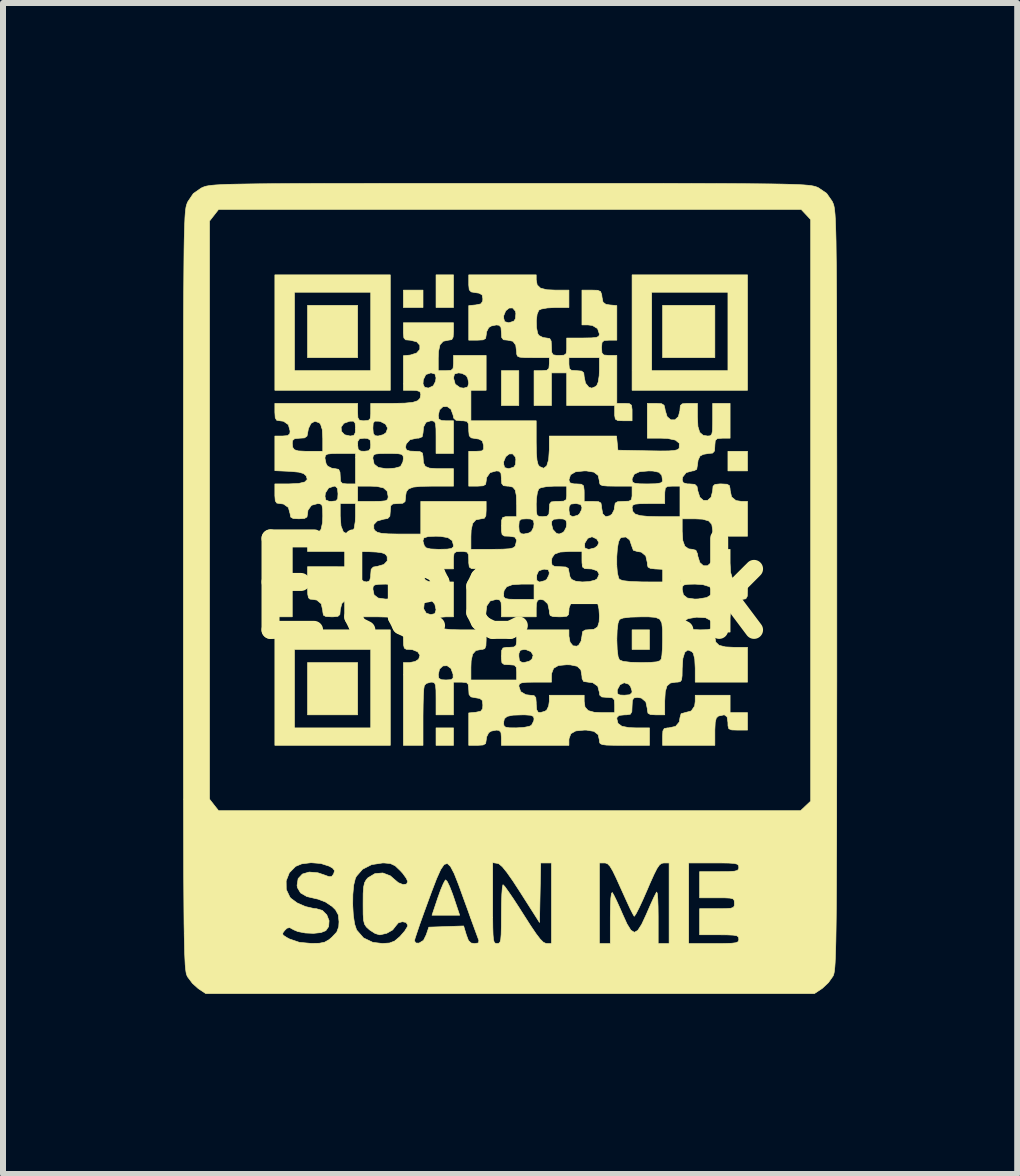
<source format=kicad_pcb>
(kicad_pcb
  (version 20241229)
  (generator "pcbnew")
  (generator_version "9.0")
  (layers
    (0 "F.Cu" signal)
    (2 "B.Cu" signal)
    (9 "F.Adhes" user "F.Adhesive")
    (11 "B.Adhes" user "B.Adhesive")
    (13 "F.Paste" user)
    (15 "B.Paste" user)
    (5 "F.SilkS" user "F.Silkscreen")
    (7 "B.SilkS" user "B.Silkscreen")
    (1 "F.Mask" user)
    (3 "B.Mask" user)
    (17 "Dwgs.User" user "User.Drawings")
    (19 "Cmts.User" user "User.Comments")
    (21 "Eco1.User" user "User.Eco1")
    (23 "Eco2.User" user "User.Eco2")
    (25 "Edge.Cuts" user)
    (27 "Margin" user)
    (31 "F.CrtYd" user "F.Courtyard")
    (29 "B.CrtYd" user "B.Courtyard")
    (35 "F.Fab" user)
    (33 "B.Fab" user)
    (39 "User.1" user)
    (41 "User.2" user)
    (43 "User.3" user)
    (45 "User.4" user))
  (footprint "Elec-lk"
    (layer "F.Cu")
    (at 5.448 6.754)
    (property "Reference" "Elec-lk" (at 0 0 0) (layer "F.SilkS") (effects (font (size 1.524 1.524) (thickness 0.3))))
    (attr through_hole)
    (fp_poly (pts (xy -3.629 0.472) (xy -3.919 0.472) (xy -3.919 -0.907) (xy -3.629 -0.907) (xy -3.629 0.472)) (stroke (width 0.01) (type solid)) (fill yes) (layer "F.SilkS"))
    (fp_poly (pts (xy -2.54 -3.846) (xy -3.375 -3.846) (xy -3.375 -4.717) (xy -2.54 -4.717) (xy -2.54 -3.846)) (stroke (width 0.01) (type solid)) (fill yes) (layer "F.SilkS"))
    (fp_poly (pts (xy -2.54 2.105) (xy -3.375 2.105) (xy -3.375 1.234) (xy -2.54 1.234) (xy -2.54 2.105)) (stroke (width 0.01) (type solid)) (fill yes) (layer "F.SilkS"))
    (fp_poly (pts (xy -1.451 -4.681) (xy -1.778 -4.681) (xy -1.778 -4.971) (xy -1.451 -4.971) (xy -1.451 -4.681)) (stroke (width 0.01) (type solid)) (fill yes) (layer "F.SilkS"))
    (fp_poly (pts (xy -0.943 -4.681) (xy -1.234 -4.681) (xy -1.234 -5.225) (xy -0.943 -5.225) (xy -0.943 -4.681)) (stroke (width 0.01) (type solid)) (fill yes) (layer "F.SilkS"))
    (fp_poly (pts (xy -0.943 2.613) (xy -1.234 2.613) (xy -1.234 2.322) (xy -0.943 2.322) (xy -0.943 2.613)) (stroke (width 0.01) (type solid)) (fill yes) (layer "F.SilkS"))
    (fp_poly (pts (xy 0.145 -3.048) (xy -0.145 -3.048) (xy -0.145 -3.629) (xy 0.145 -3.629) (xy 0.145 -3.048)) (stroke (width 0.01) (type solid)) (fill yes) (layer "F.SilkS"))
    (fp_poly (pts (xy 2.322 1.016) (xy 2.032 1.016) (xy 2.032 0.689) (xy 2.322 0.689) (xy 2.322 1.016)) (stroke (width 0.01) (type solid)) (fill yes) (layer "F.SilkS"))
    (fp_poly (pts (xy 3.411 -3.846) (xy 2.54 -3.846) (xy 2.54 -4.717) (xy 3.411 -4.717) (xy 3.411 -3.846)) (stroke (width 0.01) (type solid)) (fill yes) (layer "F.SilkS"))
    (fp_poly (pts (xy 3.955 -1.959) (xy 3.629 -1.959) (xy 3.629 -2.286) (xy 3.955 -2.286) (xy 3.955 -1.959)) (stroke (width 0.01) (type solid)) (fill yes) (layer "F.SilkS"))
    (fp_poly (pts (xy -1.996 -3.302) (xy -3.919 -3.302) (xy -3.919 -4.935) (xy -3.592 -4.935) (xy -3.592 -3.629) (xy -2.322 -3.629) (xy -2.322 -4.935) (xy -3.592 -4.935) (xy -3.919 -4.935) (xy -3.919 -5.225) (xy -1.996 -5.225) (xy -1.996 -3.302)) (stroke (width 0.01) (type solid)) (fill yes) (layer "F.SilkS"))
    (fp_poly (pts (xy -1.996 2.613) (xy -3.919 2.613) (xy -3.919 1.016) (xy -3.592 1.016) (xy -3.592 2.322) (xy -2.322 2.322) (xy -2.322 1.016) (xy -3.592 1.016) (xy -3.919 1.016) (xy -3.919 0.689) (xy -1.996 0.689) (xy -1.996 2.613)) (stroke (width 0.01) (type solid)) (fill yes) (layer "F.SilkS"))
    (fp_poly (pts (xy -1.048 4.881) (xy -1.008 4.963) (xy -0.961 5.084) (xy -0.94 5.144) (xy -0.84 5.443) (xy -1.301 5.443) (xy -1.204 5.153) (xy -1.156 5.02) (xy -1.112 4.916) (xy -1.081 4.86) (xy -1.074 4.854) (xy -1.048 4.881)) (stroke (width 0.01) (type solid)) (fill yes) (layer "F.SilkS"))
    (fp_poly (pts (xy 3.955 -3.302) (xy 2.032 -3.302) (xy 2.032 -4.935) (xy 2.359 -4.935) (xy 2.359 -3.629) (xy 3.629 -3.629) (xy 3.629 -4.935) (xy 2.359 -4.935) (xy 2.032 -4.935) (xy 2.032 -5.225) (xy 3.955 -5.225) (xy 3.955 -3.302)) (stroke (width 0.01) (type solid)) (fill yes) (layer "F.SilkS"))
    (fp_poly (pts (xy 3.665 2.068) (xy 3.955 2.068) (xy 3.955 2.359) (xy 3.792 2.359) (xy 3.692 2.356) (xy 3.644 2.337) (xy 3.63 2.288) (xy 3.629 2.232) (xy 3.615 2.138) (xy 3.568 2.104) (xy 3.475 2.124) (xy 3.468 2.127) (xy 3.435 2.158) (xy 3.417 2.23) (xy 3.411 2.356) (xy 3.411 2.381) (xy 3.411 2.613) (xy 2.54 2.613) (xy 2.54 2.467) (xy 2.545 2.374) (xy 2.568 2.333) (xy 2.624 2.322) (xy 2.642 2.322) (xy 2.757 2.297) (xy 2.819 2.223) (xy 2.83 2.152) (xy 2.849 2.086) (xy 2.914 2.068) (xy 3.018 2.04) (xy 3.074 1.958) (xy 3.084 1.88) (xy 3.084 1.778) (xy 3.665 1.778) (xy 3.665 2.068)) (stroke (width 0.01) (type solid)) (fill yes) (layer "F.SilkS"))
    (fp_poly (pts (xy 0.435 -5.142) (xy 0.451 -5.057) (xy 0.506 -5.004) (xy 0.612 -4.977) (xy 0.751 -4.971) (xy 0.98 -4.971) (xy 0.98 -4.681) (xy 0.751 -4.681) (xy 0.62 -4.674) (xy 0.52 -4.656) (xy 0.479 -4.637) (xy 0.45 -4.57) (xy 0.437 -4.463) (xy 0.44 -4.347) (xy 0.459 -4.251) (xy 0.479 -4.216) (xy 0.548 -4.181) (xy 0.606 -4.173) (xy 0.66 -4.164) (xy 0.684 -4.122) (xy 0.689 -4.029) (xy 0.689 -4.028) (xy 0.693 -3.935) (xy 0.717 -3.893) (xy 0.779 -3.883) (xy 0.816 -3.883) (xy 0.898 -3.887) (xy 0.934 -3.914) (xy 0.943 -3.985) (xy 0.943 -4.028) (xy 0.943 -4.173) (xy 1.216 -4.173) (xy 1.356 -4.175) (xy 1.438 -4.183) (xy 1.477 -4.202) (xy 1.488 -4.234) (xy 1.488 -4.238) (xy 1.457 -4.33) (xy 1.371 -4.382) (xy 1.299 -4.391) (xy 1.197 -4.391) (xy 1.197 -4.971) (xy 1.358 -4.971) (xy 1.458 -4.968) (xy 1.507 -4.947) (xy 1.526 -4.896) (xy 1.531 -4.853) (xy 1.548 -4.77) (xy 1.596 -4.734) (xy 1.66 -4.724) (xy 1.778 -4.713) (xy 1.778 -4.137) (xy 1.651 -4.137) (xy 1.566 -4.131) (xy 1.531 -4.099) (xy 1.524 -4.019) (xy 1.524 -4.01) (xy 1.53 -3.924) (xy 1.561 -3.89) (xy 1.641 -3.883) (xy 1.651 -3.883) (xy 1.778 -3.883) (xy 1.778 -3.084) (xy 1.905 -3.084) (xy 1.986 -3.08) (xy 2.022 -3.053) (xy 2.032 -2.982) (xy 2.032 -2.939) (xy 2.032 -2.794) (xy 1.887 -2.794) (xy 1.794 -2.798) (xy 1.753 -2.822) (xy 1.742 -2.884) (xy 1.742 -2.921) (xy 1.742 -3.048) (xy 0.943 -3.048) (xy 0.943 -3.592) (xy 0.689 -3.592) (xy 0.689 -3.048) (xy 0.399 -3.048) (xy 0.399 -3.629) (xy 0.526 -3.629) (xy 0.611 -3.635) (xy 0.646 -3.665) (xy 0.653 -3.737) (xy 0.653 -3.846) (xy 0.98 -3.846) (xy 0.98 -3.737) (xy 0.987 -3.664) (xy 1.023 -3.634) (xy 1.107 -3.629) (xy 1.192 -3.622) (xy 1.227 -3.592) (xy 1.234 -3.527) (xy 1.256 -3.421) (xy 1.312 -3.353) (xy 1.361 -3.338) (xy 1.419 -3.362) (xy 1.444 -3.382) (xy 1.468 -3.44) (xy 1.484 -3.545) (xy 1.488 -3.636) (xy 1.488 -3.846) (xy 0.98 -3.846) (xy 0.653 -3.846) (xy 0.381 -3.846) (xy 0.243 -3.847) (xy 0.161 -3.854) (xy 0.122 -3.872) (xy 0.11 -3.905) (xy 0.109 -3.934) (xy 0.094 -4.055) (xy 0.046 -4.119) (xy -0.04 -4.137) (xy -0.111 -4.144) (xy -0.14 -4.181) (xy -0.145 -4.264) (xy -0.152 -4.35) (xy -0.183 -4.385) (xy -0.229 -4.391) (xy -0.314 -4.373) (xy -0.356 -4.347) (xy -0.391 -4.278) (xy -0.399 -4.22) (xy -0.408 -4.166) (xy -0.45 -4.142) (xy -0.543 -4.137) (xy -0.544 -4.137) (xy -0.689 -4.137) (xy -0.689 -4.51) (xy -0.109 -4.51) (xy -0.091 -4.446) (xy -0.026 -4.427) (xy -0.021 -4.427) (xy 0.061 -4.453) (xy 0.089 -4.494) (xy 0.096 -4.582) (xy 0.088 -4.621) (xy 0.042 -4.674) (xy -0.017 -4.672) (xy -0.073 -4.626) (xy -0.106 -4.546) (xy -0.109 -4.51) (xy -0.689 -4.51) (xy -0.689 -4.713) (xy -0.572 -4.724) (xy -0.489 -4.741) (xy -0.457 -4.784) (xy -0.454 -4.826) (xy -0.466 -4.891) (xy -0.517 -4.92) (xy -0.572 -4.928) (xy -0.648 -4.941) (xy -0.681 -4.976) (xy -0.689 -5.056) (xy -0.689 -5.082) (xy -0.689 -5.225) (xy 0.435 -5.225) (xy 0.435 -5.142)) (stroke (width 0.01) (type solid)) (fill yes) (layer "F.SilkS"))
    (fp_poly (pts (xy 0.701 -6.749) (xy 1.333 -6.749) (xy 1.9 -6.749) (xy 2.405 -6.749) (xy 2.853 -6.748) (xy 3.247 -6.747) (xy 3.59 -6.746) (xy 3.886 -6.744) (xy 4.139 -6.742) (xy 4.353 -6.74) (xy 4.531 -6.737) (xy 4.677 -6.733) (xy 4.794 -6.729) (xy 4.887 -6.724) (xy 4.96 -6.718) (xy 5.014 -6.712) (xy 5.056 -6.704) (xy 5.087 -6.696) (xy 5.112 -6.687) (xy 5.135 -6.677) (xy 5.139 -6.674) (xy 5.273 -6.583) (xy 5.365 -6.451) (xy 5.368 -6.445) (xy 5.377 -6.425) (xy 5.386 -6.404) (xy 5.394 -6.377) (xy 5.401 -6.342) (xy 5.407 -6.296) (xy 5.413 -6.236) (xy 5.418 -6.157) (xy 5.422 -6.057) (xy 5.426 -5.933) (xy 5.43 -5.781) (xy 5.432 -5.599) (xy 5.435 -5.382) (xy 5.437 -5.127) (xy 5.439 -4.832) (xy 5.44 -4.493) (xy 5.441 -4.107) (xy 5.442 -3.671) (xy 5.442 -3.18) (xy 5.442 -2.633) (xy 5.443 -2.025) (xy 5.443 -1.355) (xy 5.443 -0.617) (xy 5.443 0.021) (xy 5.443 0.816) (xy 5.443 1.542) (xy 5.442 2.202) (xy 5.442 2.799) (xy 5.441 3.336) (xy 5.441 3.817) (xy 5.44 4.245) (xy 5.438 4.622) (xy 5.437 4.953) (xy 5.435 5.241) (xy 5.433 5.488) (xy 5.43 5.698) (xy 5.427 5.874) (xy 5.423 6.019) (xy 5.419 6.137) (xy 5.415 6.231) (xy 5.41 6.304) (xy 5.404 6.359) (xy 5.398 6.4) (xy 5.391 6.429) (xy 5.383 6.451) (xy 5.379 6.458) (xy 5.304 6.565) (xy 5.205 6.658) (xy 5.193 6.667) (xy 5.069 6.749) (xy -5.069 6.749) (xy -5.193 6.667) (xy -5.292 6.578) (xy -5.372 6.471) (xy -5.379 6.458) (xy -5.387 6.439) (xy -5.395 6.414) (xy -5.401 6.378) (xy -5.407 6.33) (xy -5.413 6.265) (xy -5.417 6.18) (xy -5.422 6.073) (xy -5.425 5.94) (xy -5.429 5.777) (xy -5.429 5.741) (xy -3.789 5.741) (xy -3.782 5.774) (xy -3.723 5.813) (xy -3.677 5.838) (xy -3.51 5.895) (xy -3.312 5.913) (xy -3.178 5.91) (xy -3.089 5.892) (xy -3.017 5.851) (xy -2.968 5.809) (xy -2.888 5.724) (xy -2.855 5.635) (xy -2.85 5.552) (xy -2.862 5.437) (xy -2.908 5.353) (xy -2.966 5.296) (xy -3 5.273) (xy -2.622 5.273) (xy -2.612 5.445) (xy -2.59 5.591) (xy -2.557 5.689) (xy -2.557 5.689) (xy -2.442 5.821) (xy -2.287 5.895) (xy -2.128 5.914) (xy -2.009 5.906) (xy -1.923 5.873) (xy -1.922 5.872) (xy -1.594 5.872) (xy -1.567 5.906) (xy -1.518 5.908) (xy -1.443 5.862) (xy -1.397 5.769) (xy -1.354 5.642) (xy -1.064 5.632) (xy -0.774 5.622) (xy -0.73 5.768) (xy -0.694 5.864) (xy -0.65 5.906) (xy -0.593 5.915) (xy -0.528 5.905) (xy -0.52 5.867) (xy -0.525 5.851) (xy -0.545 5.797) (xy -0.585 5.688) (xy -0.641 5.535) (xy -0.707 5.35) (xy -0.747 5.241) (xy -0.29 5.241) (xy -0.29 5.477) (xy -0.288 5.651) (xy -0.284 5.771) (xy -0.277 5.848) (xy -0.265 5.891) (xy -0.247 5.91) (xy -0.223 5.915) (xy -0.218 5.915) (xy -0.189 5.911) (xy -0.168 5.891) (xy -0.156 5.846) (xy -0.149 5.762) (xy -0.146 5.628) (xy -0.145 5.434) (xy -0.145 5.425) (xy -0.143 5.246) (xy -0.138 5.096) (xy -0.13 4.989) (xy -0.12 4.937) (xy -0.117 4.935) (xy -0.089 4.964) (xy -0.031 5.045) (xy 0.052 5.166) (xy 0.151 5.318) (xy 0.219 5.425) (xy 0.341 5.616) (xy 0.434 5.753) (xy 0.503 5.843) (xy 0.555 5.894) (xy 0.597 5.913) (xy 0.608 5.914) (xy 0.689 5.915) (xy 0.689 4.572) (xy 1.488 4.572) (xy 1.488 5.915) (xy 1.669 5.915) (xy 1.669 5.472) (xy 1.672 5.293) (xy 1.678 5.159) (xy 1.689 5.08) (xy 1.702 5.064) (xy 1.729 5.11) (xy 1.777 5.208) (xy 1.836 5.338) (xy 1.87 5.417) (xy 1.948 5.589) (xy 2.012 5.692) (xy 2.07 5.728) (xy 2.127 5.696) (xy 2.192 5.595) (xy 2.271 5.425) (xy 2.282 5.399) (xy 2.343 5.259) (xy 2.395 5.145) (xy 2.432 5.073) (xy 2.442 5.057) (xy 2.452 5.081) (xy 2.46 5.164) (xy 2.465 5.295) (xy 2.467 5.459) (xy 2.467 5.473) (xy 2.467 5.915) (xy 2.649 5.915) (xy 2.649 4.572) (xy 2.975 4.572) (xy 2.975 5.915) (xy 3.393 5.915) (xy 3.572 5.914) (xy 3.691 5.91) (xy 3.762 5.901) (xy 3.797 5.885) (xy 3.809 5.86) (xy 3.81 5.842) (xy 3.805 5.808) (xy 3.779 5.786) (xy 3.719 5.775) (xy 3.612 5.77) (xy 3.483 5.769) (xy 3.157 5.769) (xy 3.157 5.334) (xy 3.447 5.334) (xy 3.591 5.333) (xy 3.677 5.327) (xy 3.721 5.311) (xy 3.736 5.282) (xy 3.737 5.243) (xy 3.734 5.198) (xy 3.715 5.171) (xy 3.665 5.158) (xy 3.569 5.153) (xy 3.447 5.153) (xy 3.157 5.153) (xy 3.157 4.717) (xy 3.483 4.717) (xy 3.639 4.716) (xy 3.735 4.71) (xy 3.786 4.697) (xy 3.807 4.673) (xy 3.81 4.645) (xy 3.806 4.613) (xy 3.784 4.593) (xy 3.733 4.58) (xy 3.641 4.574) (xy 3.495 4.572) (xy 3.393 4.572) (xy 2.975 4.572) (xy 2.649 4.572) (xy 2.562 4.572) (xy 2.524 4.579) (xy 2.488 4.606) (xy 2.447 4.665) (xy 2.397 4.764) (xy 2.329 4.915) (xy 2.283 5.023) (xy 2.211 5.187) (xy 2.148 5.322) (xy 2.099 5.417) (xy 2.071 5.459) (xy 2.067 5.46) (xy 2.045 5.423) (xy 1.999 5.333) (xy 1.938 5.201) (xy 1.866 5.042) (xy 1.851 5.009) (xy 1.77 4.829) (xy 1.71 4.705) (xy 1.664 4.628) (xy 1.626 4.588) (xy 1.588 4.573) (xy 1.573 4.572) (xy 1.488 4.572) (xy 0.689 4.572) (xy 0.51 4.572) (xy 0.5 5.068) (xy 0.49 5.564) (xy 0.18 5.077) (xy 0.049 4.875) (xy -0.053 4.73) (xy -0.129 4.636) (xy -0.185 4.588) (xy -0.21 4.579) (xy -0.29 4.567) (xy -0.29 5.241) (xy -0.747 5.241) (xy -0.77 5.178) (xy -0.86 4.929) (xy -0.932 4.747) (xy -0.993 4.631) (xy -1.046 4.581) (xy -1.099 4.598) (xy -1.156 4.682) (xy -1.224 4.833) (xy -1.308 5.052) (xy -1.365 5.207) (xy -1.438 5.407) (xy -1.502 5.586) (xy -1.551 5.731) (xy -1.584 5.831) (xy -1.594 5.872) (xy -1.922 5.872) (xy -1.835 5.798) (xy -1.829 5.791) (xy -1.756 5.707) (xy -1.711 5.634) (xy -1.705 5.61) (xy -1.732 5.564) (xy -1.794 5.551) (xy -1.861 5.569) (xy -1.903 5.619) (xy -1.903 5.619) (xy -1.957 5.688) (xy -2.054 5.743) (xy -2.164 5.769) (xy -2.177 5.769) (xy -2.249 5.747) (xy -2.336 5.691) (xy -2.347 5.682) (xy -2.395 5.638) (xy -2.425 5.592) (xy -2.441 5.528) (xy -2.448 5.428) (xy -2.449 5.275) (xy -2.449 5.247) (xy -2.448 5.082) (xy -2.44 4.972) (xy -2.424 4.901) (xy -2.396 4.851) (xy -2.368 4.82) (xy -2.252 4.75) (xy -2.12 4.739) (xy -1.995 4.787) (xy -1.938 4.837) (xy -1.862 4.901) (xy -1.785 4.932) (xy -1.726 4.925) (xy -1.705 4.883) (xy -1.729 4.828) (xy -1.788 4.746) (xy -1.828 4.702) (xy -1.914 4.62) (xy -1.994 4.582) (xy -2.102 4.572) (xy -2.123 4.572) (xy -2.307 4.6) (xy -2.458 4.677) (xy -2.561 4.795) (xy -2.578 4.829) (xy -2.606 4.942) (xy -2.62 5.098) (xy -2.622 5.273) (xy -3 5.273) (xy -3.077 5.222) (xy -3.2 5.175) (xy -3.219 5.171) (xy -3.386 5.132) (xy -3.491 5.071) (xy -3.542 4.985) (xy -3.549 4.946) (xy -3.531 4.833) (xy -3.46 4.757) (xy -3.347 4.724) (xy -3.202 4.736) (xy -3.101 4.77) (xy -3.017 4.801) (xy -2.972 4.798) (xy -2.942 4.758) (xy -2.939 4.753) (xy -2.924 4.7) (xy -2.957 4.658) (xy -3.013 4.626) (xy -3.153 4.581) (xy -3.316 4.568) (xy -3.471 4.587) (xy -3.573 4.629) (xy -3.678 4.736) (xy -3.731 4.871) (xy -3.729 5.014) (xy -3.668 5.143) (xy -3.651 5.162) (xy -3.548 5.238) (xy -3.408 5.299) (xy -3.265 5.332) (xy -3.228 5.334) (xy -3.128 5.363) (xy -3.054 5.437) (xy -3.016 5.534) (xy -3.023 5.632) (xy -3.07 5.7) (xy -3.151 5.732) (xy -3.274 5.745) (xy -3.412 5.739) (xy -3.536 5.715) (xy -3.605 5.686) (xy -3.672 5.649) (xy -3.717 5.659) (xy -3.755 5.696) (xy -3.789 5.741) (xy -5.429 5.741) (xy -5.432 5.582) (xy -5.434 5.351) (xy -5.436 5.081) (xy -5.438 4.769) (xy -5.439 4.412) (xy -5.44 4.006) (xy -5.441 3.549) (xy -5.442 3.036) (xy -5.442 2.465) (xy -5.443 1.832) (xy -5.443 1.135) (xy -5.443 0.37) (xy -5.443 0.021) (xy -5.443 -0.773) (xy -5.443 -1.496) (xy -5.443 -2.154) (xy -5.442 -2.749) (xy -5.442 -3.285) (xy -5.441 -3.764) (xy -5.441 -4.19) (xy -5.44 -4.566) (xy -5.438 -4.896) (xy -5.436 -5.182) (xy -5.434 -5.429) (xy -5.432 -5.639) (xy -5.429 -5.815) (xy -5.425 -5.961) (xy -5.421 -6.08) (xy -5.419 -6.122) (xy -5.007 -6.122) (xy -5.007 3.51) (xy -4.932 3.606) (xy -4.857 3.701) (xy 4.839 3.701) (xy 4.923 3.622) (xy 5.007 3.543) (xy 5.007 -6.146) (xy 4.929 -6.23) (xy 4.85 -6.314) (xy -4.857 -6.314) (xy -5.007 -6.122) (xy -5.419 -6.122) (xy -5.417 -6.175) (xy -5.412 -6.249) (xy -5.406 -6.307) (xy -5.4 -6.35) (xy -5.392 -6.383) (xy -5.384 -6.408) (xy -5.376 -6.429) (xy -5.368 -6.445) (xy -5.277 -6.58) (xy -5.145 -6.672) (xy -5.139 -6.674) (xy -5.116 -6.685) (xy -5.092 -6.694) (xy -5.062 -6.703) (xy -5.023 -6.71) (xy -4.971 -6.717) (xy -4.903 -6.723) (xy -4.814 -6.728) (xy -4.702 -6.733) (xy -4.561 -6.736) (xy -4.39 -6.739) (xy -4.183 -6.742) (xy -3.938 -6.744) (xy -3.65 -6.746) (xy -3.317 -6.747) (xy -2.933 -6.748) (xy -2.497 -6.748) (xy -2.003 -6.749) (xy -1.448 -6.749) (xy -0.829 -6.749) (xy -0.141 -6.749) (xy 0 -6.749) (xy 0.701 -6.749)) (stroke (width 0.01) (type solid)) (fill yes) (layer "F.SilkS"))
    (fp_poly (pts (xy -0.943 -4.282) (xy -0.949 -4.188) (xy -0.972 -4.146) (xy -1.026 -4.137) (xy -1.027 -4.137) (xy -1.114 -4.119) (xy -1.168 -4.06) (xy -1.193 -3.948) (xy -1.197 -3.839) (xy -1.197 -3.629) (xy -1.07 -3.629) (xy -0.985 -3.634) (xy -0.95 -3.666) (xy -0.943 -3.746) (xy -0.943 -3.756) (xy -0.943 -3.883) (xy -0.399 -3.883) (xy -0.399 -3.302) (xy -0.653 -3.302) (xy -0.653 -2.794) (xy 0.435 -2.794) (xy 0.435 -2.436) (xy 0.438 -2.256) (xy 0.448 -2.137) (xy 0.466 -2.065) (xy 0.49 -2.032) (xy 0.559 -2.003) (xy 0.61 -2.042) (xy 0.642 -2.146) (xy 0.653 -2.309) (xy 0.653 -2.54) (xy 1.773 -2.54) (xy 1.796 -2.304) (xy 2.296 -2.294) (xy 2.5 -2.291) (xy 2.642 -2.292) (xy 2.734 -2.299) (xy 2.788 -2.312) (xy 2.813 -2.332) (xy 2.817 -2.34) (xy 2.819 -2.419) (xy 2.755 -2.472) (xy 2.623 -2.5) (xy 2.517 -2.504) (xy 2.286 -2.504) (xy 2.286 -3.084) (xy 2.429 -3.084) (xy 2.522 -3.079) (xy 2.565 -3.053) (xy 2.581 -2.989) (xy 2.583 -2.97) (xy 2.616 -2.863) (xy 2.677 -2.81) (xy 2.746 -2.81) (xy 2.803 -2.863) (xy 2.83 -2.967) (xy 2.83 -2.98) (xy 2.836 -3.047) (xy 2.869 -3.077) (xy 2.948 -3.084) (xy 2.975 -3.084) (xy 3.121 -3.084) (xy 3.121 -2.856) (xy 3.129 -2.698) (xy 3.159 -2.601) (xy 3.216 -2.552) (xy 3.291 -2.54) (xy 3.334 -2.544) (xy 3.359 -2.568) (xy 3.371 -2.625) (xy 3.374 -2.732) (xy 3.375 -2.812) (xy 3.375 -3.084) (xy 3.665 -3.084) (xy 3.665 -2.504) (xy 3.538 -2.504) (xy 3.453 -2.498) (xy 3.418 -2.466) (xy 3.411 -2.386) (xy 3.411 -2.377) (xy 3.405 -2.291) (xy 3.374 -2.256) (xy 3.309 -2.25) (xy 3.219 -2.235) (xy 3.164 -2.206) (xy 3.132 -2.139) (xy 3.121 -2.061) (xy 3.109 -1.986) (xy 3.061 -1.961) (xy 3.037 -1.959) (xy 2.934 -1.931) (xy 2.875 -1.857) (xy 2.867 -1.807) (xy 2.885 -1.761) (xy 2.95 -1.743) (xy 2.991 -1.742) (xy 3.077 -1.735) (xy 3.114 -1.699) (xy 3.127 -1.627) (xy 3.161 -1.52) (xy 3.221 -1.467) (xy 3.29 -1.468) (xy 3.348 -1.52) (xy 3.374 -1.624) (xy 3.375 -1.637) (xy 3.381 -1.704) (xy 3.413 -1.734) (xy 3.492 -1.742) (xy 3.52 -1.742) (xy 3.613 -1.737) (xy 3.654 -1.714) (xy 3.665 -1.658) (xy 3.665 -1.64) (xy 3.689 -1.526) (xy 3.763 -1.465) (xy 3.854 -1.451) (xy 3.955 -1.451) (xy 3.955 -0.871) (xy 3.375 -0.871) (xy 3.375 -0.972) (xy 3.36 -1.068) (xy 3.308 -1.126) (xy 3.206 -1.155) (xy 3.077 -1.161) (xy 2.867 -1.161) (xy 2.867 -0.951) (xy 2.877 -0.798) (xy 2.911 -0.704) (xy 2.975 -0.66) (xy 3.035 -0.653) (xy 3.095 -0.637) (xy 3.122 -0.577) (xy 3.127 -0.539) (xy 3.161 -0.432) (xy 3.221 -0.379) (xy 3.29 -0.379) (xy 3.348 -0.432) (xy 3.374 -0.536) (xy 3.375 -0.549) (xy 3.381 -0.616) (xy 3.413 -0.646) (xy 3.492 -0.653) (xy 3.52 -0.653) (xy 3.665 -0.653) (xy 3.665 -0.425) (xy 3.673 -0.269) (xy 3.702 -0.172) (xy 3.759 -0.123) (xy 3.851 -0.109) (xy 3.854 -0.109) (xy 3.919 -0.102) (xy 3.948 -0.069) (xy 3.955 0.011) (xy 3.955 0.036) (xy 3.951 0.129) (xy 3.927 0.171) (xy 3.871 0.181) (xy 3.854 0.181) (xy 3.76 0.195) (xy 3.703 0.243) (xy 3.673 0.339) (xy 3.665 0.493) (xy 3.665 0.497) (xy 3.665 0.726) (xy 3.538 0.726) (xy 3.452 0.733) (xy 3.416 0.764) (xy 3.411 0.809) (xy 3.427 0.894) (xy 3.482 0.947) (xy 3.587 0.973) (xy 3.727 0.98) (xy 3.955 0.98) (xy 3.955 1.56) (xy 3.084 1.56) (xy 3.084 1.329) (xy 3.076 1.174) (xy 3.052 1.081) (xy 3.03 1.052) (xy 2.961 1.024) (xy 2.91 1.063) (xy 2.878 1.166) (xy 2.867 1.329) (xy 2.865 1.454) (xy 2.856 1.523) (xy 2.832 1.553) (xy 2.786 1.56) (xy 2.765 1.56) (xy 2.672 1.574) (xy 2.614 1.622) (xy 2.585 1.718) (xy 2.576 1.872) (xy 2.576 1.876) (xy 2.576 2.105) (xy 2.431 2.105) (xy 2.338 2.1) (xy 2.297 2.077) (xy 2.286 2.02) (xy 2.286 2.003) (xy 2.261 1.888) (xy 2.187 1.825) (xy 2.115 1.814) (xy 2.061 1.824) (xy 2.037 1.865) (xy 2.032 1.958) (xy 2.032 1.959) (xy 2.028 2.052) (xy 2.004 2.094) (xy 1.942 2.104) (xy 1.905 2.105) (xy 1.816 2.114) (xy 1.781 2.147) (xy 1.778 2.17) (xy 1.797 2.247) (xy 1.862 2.295) (xy 1.981 2.318) (xy 2.094 2.322) (xy 2.322 2.322) (xy 2.322 2.613) (xy 1.905 2.613) (xy 1.726 2.612) (xy 1.607 2.609) (xy 1.537 2.6) (xy 1.501 2.584) (xy 1.489 2.558) (xy 1.488 2.529) (xy 1.467 2.435) (xy 1.397 2.38) (xy 1.271 2.359) (xy 1.234 2.359) (xy 1.093 2.373) (xy 1.012 2.419) (xy 0.981 2.504) (xy 0.98 2.529) (xy 0.98 2.613) (xy -0.145 2.613) (xy -0.145 2.486) (xy -0.152 2.399) (xy -0.183 2.364) (xy -0.229 2.359) (xy -0.314 2.376) (xy -0.356 2.402) (xy -0.391 2.472) (xy -0.399 2.529) (xy -0.408 2.583) (xy -0.45 2.607) (xy -0.543 2.613) (xy -0.544 2.613) (xy -0.689 2.613) (xy -0.689 2.235) (xy -0.109 2.235) (xy -0.103 2.284) (xy -0.076 2.31) (xy -0.009 2.321) (xy 0.102 2.322) (xy 0.224 2.315) (xy 0.318 2.297) (xy 0.356 2.279) (xy 0.394 2.206) (xy 0.399 2.17) (xy 0.388 2.132) (xy 0.343 2.112) (xy 0.248 2.105) (xy 0.203 2.105) (xy 0.048 2.11) (xy -0.047 2.13) (xy -0.095 2.169) (xy -0.109 2.233) (xy -0.109 2.235) (xy -0.689 2.235) (xy -0.689 2.073) (xy -0.572 2.062) (xy -0.49 2.045) (xy -0.458 2.003) (xy -0.454 1.941) (xy -0.463 1.865) (xy -0.505 1.832) (xy -0.572 1.821) (xy -0.651 1.806) (xy -0.684 1.766) (xy -0.689 1.685) (xy -0.694 1.626) (xy 0.145 1.626) (xy 0.176 1.718) (xy 0.262 1.769) (xy 0.334 1.778) (xy 0.399 1.784) (xy 0.428 1.818) (xy 0.435 1.898) (xy 0.435 1.923) (xy 0.442 2.019) (xy 0.468 2.062) (xy 0.501 2.068) (xy 0.581 2.045) (xy 0.61 2.025) (xy 0.642 1.958) (xy 0.653 1.88) (xy 0.653 1.778) (xy 1.234 1.778) (xy 1.234 1.88) (xy 1.248 1.975) (xy 1.301 2.034) (xy 1.402 2.062) (xy 1.531 2.068) (xy 1.742 2.068) (xy 1.742 1.941) (xy 1.736 1.856) (xy 1.704 1.821) (xy 1.624 1.814) (xy 1.615 1.814) (xy 1.528 1.807) (xy 1.493 1.776) (xy 1.488 1.731) (xy 1.479 1.7) (xy 1.785 1.7) (xy 1.787 1.752) (xy 1.827 1.774) (xy 1.902 1.778) (xy 1.992 1.77) (xy 2.028 1.738) (xy 2.032 1.71) (xy 2.006 1.631) (xy 1.975 1.594) (xy 1.9 1.57) (xy 1.831 1.604) (xy 1.787 1.685) (xy 1.785 1.7) (xy 1.479 1.7) (xy 1.46 1.627) (xy 1.378 1.57) (xy 1.299 1.56) (xy 1.225 1.549) (xy 1.199 1.501) (xy 1.197 1.459) (xy 1.179 1.356) (xy 1.119 1.296) (xy 1.004 1.272) (xy 0.943 1.27) (xy 0.805 1.283) (xy 0.725 1.329) (xy 0.692 1.414) (xy 0.689 1.459) (xy 0.689 1.56) (xy 0.417 1.56) (xy 0.277 1.562) (xy 0.195 1.571) (xy 0.156 1.589) (xy 0.145 1.621) (xy 0.145 1.626) (xy -0.694 1.626) (xy -0.695 1.601) (xy -0.727 1.567) (xy -0.808 1.56) (xy -0.816 1.56) (xy -0.943 1.56) (xy -0.943 2.105) (xy -1.234 2.105) (xy -1.234 1.832) (xy -1.235 1.694) (xy -1.242 1.613) (xy -1.259 1.574) (xy -1.292 1.561) (xy -1.321 1.56) (xy -1.396 1.582) (xy -1.429 1.618) (xy -1.438 1.674) (xy -1.445 1.788) (xy -1.449 1.942) (xy -1.451 2.122) (xy -1.451 2.144) (xy -1.451 2.613) (xy -1.778 2.613) (xy -1.778 1.438) (xy -1.197 1.438) (xy -1.187 1.496) (xy -1.143 1.52) (xy -1.068 1.524) (xy -0.982 1.519) (xy -0.95 1.492) (xy -0.95 1.428) (xy -0.95 1.428) (xy -0.986 1.331) (xy -1.049 1.286) (xy -1.12 1.29) (xy -1.176 1.343) (xy -1.197 1.438) (xy -1.778 1.438) (xy -1.778 1.234) (xy -1.674 1.234) (xy -1.582 1.216) (xy -1.524 1.179) (xy -1.502 1.112) (xy -1.54 1.054) (xy -1.625 1.02) (xy -1.674 1.016) (xy -1.73 1.013) (xy -1.762 0.993) (xy -1.775 0.94) (xy -1.778 0.836) (xy -1.778 0.787) (xy -1.785 0.656) (xy -1.802 0.556) (xy -1.822 0.515) (xy -1.884 0.492) (xy -2.012 0.477) (xy -2.199 0.472) (xy -2.218 0.472) (xy -2.572 0.472) (xy -2.583 0.357) (xy -2.589 0.339) (xy -1.44 0.339) (xy -1.397 0.411) (xy -1.322 0.435) (xy -1.254 0.419) (xy -1.234 0.357) (xy -1.234 0.352) (xy -1.254 0.262) (xy -1.304 0.202) (xy -1.364 0.183) (xy -1.416 0.215) (xy -1.43 0.241) (xy -1.44 0.339) (xy -2.589 0.339) (xy -2.616 0.25) (xy -2.677 0.197) (xy -2.746 0.198) (xy -2.803 0.25) (xy -2.83 0.354) (xy -2.83 0.367) (xy -2.836 0.434) (xy -2.869 0.464) (xy -2.948 0.472) (xy -2.975 0.472) (xy -3.069 0.467) (xy -3.11 0.444) (xy -3.12 0.388) (xy -3.121 0.37) (xy -3.146 0.255) (xy -3.22 0.193) (xy -3.291 0.181) (xy -3.334 0.177) (xy -3.359 0.154) (xy -3.371 0.097) (xy -3.374 0.011) (xy -2.286 0.011) (xy -2.266 0.106) (xy -2.198 0.159) (xy -2.076 0.176) (xy -2.018 0.174) (xy -1.877 0.151) (xy -1.803 0.105) (xy -1.802 0.103) (xy -1.782 0.026) (xy -1.829 -0.03) (xy -1.939 -0.064) (xy -2.073 -0.073) (xy -2.192 -0.07) (xy -2.256 -0.059) (xy -2.282 -0.032) (xy -2.286 0.011) (xy -3.374 0.011) (xy -3.374 -0.01) (xy -3.375 -0.091) (xy -3.375 -0.363) (xy -2.957 -0.363) (xy -2.778 -0.362) (xy -2.66 -0.359) (xy -2.589 -0.351) (xy -2.553 -0.335) (xy -2.541 -0.309) (xy -2.54 -0.279) (xy -2.512 -0.176) (xy -2.437 -0.117) (xy -2.388 -0.109) (xy -2.341 -0.127) (xy -2.324 -0.192) (xy -2.322 -0.234) (xy -2.32 -0.257) (xy -1.443 -0.257) (xy -1.435 -0.187) (xy -1.433 -0.181) (xy -1.411 -0.141) (xy -1.364 -0.119) (xy -1.275 -0.11) (xy -1.177 -0.109) (xy -0.943 -0.109) (xy -0.943 0.472) (xy -1.07 0.472) (xy -1.157 0.479) (xy -1.192 0.509) (xy -1.197 0.559) (xy -1.19 0.613) (xy -1.16 0.65) (xy -1.096 0.673) (xy -0.986 0.685) (xy -0.82 0.689) (xy -0.741 0.689) (xy -0.399 0.689) (xy -0.399 0.853) (xy -0.403 0.954) (xy -0.422 1.002) (xy -0.465 1.016) (xy -0.483 1.016) (xy -0.57 1.033) (xy -0.624 1.093) (xy -0.649 1.205) (xy -0.653 1.314) (xy -0.653 1.524) (xy 0.109 1.524) (xy 0.109 1.397) (xy 0.103 1.312) (xy 0.072 1.277) (xy -0.008 1.27) (xy -0.018 1.27) (xy -0.099 1.266) (xy -0.136 1.238) (xy -0.145 1.168) (xy -0.145 1.125) (xy 0.145 1.125) (xy 0.155 1.203) (xy 0.197 1.231) (xy 0.231 1.234) (xy 0.318 1.212) (xy 0.363 1.179) (xy 0.384 1.112) (xy 0.347 1.052) (xy 0.266 1.019) (xy 0.231 1.016) (xy 0.17 1.029) (xy 0.147 1.081) (xy 0.145 1.125) (xy -0.145 1.125) (xy -0.141 1.032) (xy -0.118 0.991) (xy -0.056 0.98) (xy -0.018 0.98) (xy 0.063 0.975) (xy 0.099 0.948) (xy 0.109 0.877) (xy 0.109 0.835) (xy 0.109 0.689) (xy 0.98 0.689) (xy 0.98 0.794) (xy 0.999 0.895) (xy 1.048 0.955) (xy 1.113 0.961) (xy 1.143 0.943) (xy 1.183 0.876) (xy 1.187 0.853) (xy 1.778 0.853) (xy 1.784 1.017) (xy 1.799 1.135) (xy 1.822 1.19) (xy 1.883 1.214) (xy 2.007 1.229) (xy 2.181 1.234) (xy 2.339 1.231) (xy 2.44 1.222) (xy 2.495 1.204) (xy 2.518 1.176) (xy 2.529 1.113) (xy 2.537 1.001) (xy 2.54 0.863) (xy 2.54 0.853) (xy 2.539 0.683) (xy 2.532 0.618) (xy 2.873 0.618) (xy 2.919 0.66) (xy 3.031 0.683) (xy 3.166 0.689) (xy 3.285 0.686) (xy 3.348 0.673) (xy 3.372 0.645) (xy 3.375 0.621) (xy 3.345 0.535) (xy 3.257 0.487) (xy 3.108 0.478) (xy 3.1 0.479) (xy 2.964 0.502) (xy 2.891 0.551) (xy 2.888 0.554) (xy 2.873 0.618) (xy 2.532 0.618) (xy 2.527 0.573) (xy 2.492 0.51) (xy 2.423 0.481) (xy 2.306 0.472) (xy 2.181 0.472) (xy 2.005 0.477) (xy 1.882 0.492) (xy 1.822 0.515) (xy 1.798 0.577) (xy 1.783 0.697) (xy 1.778 0.853) (xy 1.187 0.853) (xy 1.197 0.794) (xy 1.208 0.718) (xy 1.253 0.691) (xy 1.285 0.689) (xy 1.396 0.68) (xy 1.457 0.641) (xy 1.483 0.558) (xy 1.488 0.457) (xy 1.48 0.341) (xy 1.46 0.252) (xy 1.444 0.225) (xy 1.383 0.199) (xy 1.281 0.183) (xy 1.234 0.181) (xy 1.096 0.195) (xy 1.015 0.24) (xy 0.982 0.325) (xy 0.98 0.37) (xy 0.974 0.433) (xy 0.945 0.462) (xy 0.872 0.471) (xy 0.816 0.472) (xy 0.716 0.468) (xy 0.668 0.45) (xy 0.654 0.405) (xy 0.653 0.37) (xy 0.628 0.256) (xy 0.559 0.192) (xy 0.501 0.181) (xy 0.457 0.197) (xy 0.438 0.254) (xy 0.435 0.327) (xy 0.435 0.472) (xy -0.145 0.472) (xy -0.145 0.327) (xy -0.15 0.233) (xy -0.174 0.191) (xy -0.228 0.181) (xy -0.229 0.181) (xy -0.333 0.209) (xy -0.389 0.291) (xy -0.399 0.37) (xy -0.406 0.435) (xy -0.439 0.464) (xy -0.519 0.472) (xy -0.544 0.472) (xy -0.689 0.472) (xy -0.689 0.098) (xy -0.109 0.098) (xy -0.104 0.142) (xy -0.079 0.167) (xy -0.019 0.178) (xy 0.093 0.181) (xy 0.145 0.181) (xy 0.399 0.181) (xy 0.399 0.011) (xy 2.867 0.011) (xy 2.887 0.106) (xy 2.954 0.159) (xy 3.076 0.176) (xy 3.135 0.174) (xy 3.275 0.151) (xy 3.349 0.105) (xy 3.351 0.103) (xy 3.37 0.026) (xy 3.323 -0.03) (xy 3.213 -0.064) (xy 3.08 -0.073) (xy 2.96 -0.07) (xy 2.897 -0.059) (xy 2.871 -0.032) (xy 2.867 0.011) (xy 0.399 0.011) (xy 0.399 -0.073) (xy 0.189 -0.073) (xy 0.036 -0.063) (xy -0.057 -0.029) (xy -0.101 0.036) (xy -0.109 0.098) (xy -0.689 0.098) (xy -0.689 -0.104) (xy -0.572 -0.116) (xy -0.487 -0.135) (xy -0.45 -0.183) (xy -0.445 -0.209) (xy 0.442 -0.209) (xy 0.445 -0.134) (xy 0.485 -0.109) (xy 0.498 -0.109) (xy 0.579 -0.131) (xy 0.61 -0.152) (xy 0.647 -0.225) (xy 0.653 -0.264) (xy 0.636 -0.312) (xy 0.574 -0.322) (xy 0.553 -0.32) (xy 0.476 -0.294) (xy 0.444 -0.225) (xy 0.442 -0.209) (xy -0.445 -0.209) (xy -0.442 -0.227) (xy -0.441 -0.293) (xy -0.473 -0.321) (xy -0.556 -0.327) (xy -0.56 -0.327) (xy -0.643 -0.331) (xy -0.68 -0.358) (xy -0.689 -0.428) (xy -0.689 -0.446) (xy 0.689 -0.446) (xy 0.699 -0.392) (xy 0.74 -0.368) (xy 0.833 -0.363) (xy 0.835 -0.363) (xy 0.928 -0.358) (xy 0.97 -0.334) (xy 0.98 -0.28) (xy 0.98 -0.279) (xy 0.998 -0.194) (xy 1.023 -0.152) (xy 1.093 -0.121) (xy 1.201 -0.109) (xy 1.318 -0.115) (xy 1.414 -0.139) (xy 1.451 -0.163) (xy 1.483 -0.238) (xy 1.451 -0.295) (xy 1.362 -0.325) (xy 1.326 -0.327) (xy 1.244 -0.331) (xy 1.207 -0.358) (xy 1.198 -0.428) (xy 1.197 -0.472) (xy 1.197 -0.529) (xy 1.777 -0.529) (xy 1.777 -0.386) (xy 1.787 -0.26) (xy 1.809 -0.173) (xy 1.822 -0.152) (xy 1.878 -0.131) (xy 2.002 -0.117) (xy 2.193 -0.11) (xy 2.35 -0.109) (xy 2.835 -0.109) (xy 2.824 -0.209) (xy 2.814 -0.26) (xy 2.79 -0.291) (xy 2.735 -0.307) (xy 2.632 -0.315) (xy 2.549 -0.319) (xy 2.414 -0.326) (xy 2.335 -0.336) (xy 2.298 -0.357) (xy 2.287 -0.395) (xy 2.286 -0.43) (xy 2.26 -0.544) (xy 2.186 -0.606) (xy 2.118 -0.617) (xy 2.053 -0.637) (xy 2.026 -0.71) (xy 2.025 -0.713) (xy 1.992 -0.809) (xy 1.929 -0.858) (xy 1.855 -0.851) (xy 1.835 -0.837) (xy 1.806 -0.777) (xy 1.787 -0.667) (xy 1.777 -0.529) (xy 1.197 -0.529) (xy 1.197 -0.617) (xy 0.987 -0.617) (xy 0.834 -0.607) (xy 0.741 -0.573) (xy 0.697 -0.509) (xy 0.689 -0.446) (xy -0.689 -0.446) (xy -0.689 -0.472) (xy -0.693 -0.565) (xy -0.717 -0.606) (xy -0.779 -0.617) (xy -0.816 -0.617) (xy -0.898 -0.612) (xy -0.934 -0.585) (xy -0.943 -0.515) (xy -0.943 -0.472) (xy -0.943 -0.327) (xy -1.177 -0.327) (xy -1.324 -0.321) (xy -1.41 -0.299) (xy -1.443 -0.257) (xy -2.32 -0.257) (xy -2.315 -0.319) (xy -2.28 -0.357) (xy -2.208 -0.37) (xy -2.103 -0.4) (xy -2.047 -0.459) (xy -2.048 -0.531) (xy -2.066 -0.559) (xy -2.094 -0.581) (xy -2.143 -0.596) (xy -2.225 -0.607) (xy -2.349 -0.613) (xy -2.526 -0.616) (xy -2.744 -0.617) (xy -3.375 -0.617) (xy -3.375 -0.762) (xy -3.373 -0.793) (xy -1.453 -0.793) (xy -1.429 -0.711) (xy -1.398 -0.677) (xy -1.326 -0.659) (xy -1.2 -0.653) (xy -1.175 -0.653) (xy -1.048 -0.656) (xy -0.977 -0.667) (xy -0.948 -0.691) (xy -0.943 -0.718) (xy -0.965 -0.798) (xy -1.035 -0.847) (xy -1.161 -0.869) (xy -1.241 -0.871) (xy -1.369 -0.865) (xy -1.437 -0.842) (xy -1.453 -0.793) (xy -3.373 -0.793) (xy -3.369 -0.856) (xy -3.346 -0.898) (xy -3.292 -0.907) (xy -3.291 -0.907) (xy -3.204 -0.925) (xy -3.15 -0.984) (xy -3.125 -1.096) (xy -3.121 -1.205) (xy -3.123 -1.323) (xy -3.134 -1.386) (xy -3.162 -1.411) (xy -3.204 -1.415) (xy -2.83 -1.415) (xy -2.83 -1.205) (xy -2.817 -1.041) (xy -2.777 -0.942) (xy -2.708 -0.907) (xy -2.703 -0.907) (xy -2.645 -0.93) (xy -2.62 -0.951) (xy -2.596 -1.009) (xy -2.588 -1.065) (xy -2.271 -1.065) (xy -2.27 -0.993) (xy -2.252 -0.965) (xy -2.213 -0.937) (xy -2.143 -0.919) (xy -2.028 -0.91) (xy -1.854 -0.907) (xy -1.846 -0.907) (xy -1.488 -0.907) (xy -1.488 -1.451) (xy -0.399 -1.451) (xy -0.399 -1.306) (xy -0.404 -1.212) (xy -0.428 -1.171) (xy -0.482 -1.161) (xy -0.483 -1.161) (xy -0.57 -1.144) (xy -0.624 -1.084) (xy -0.649 -0.972) (xy -0.653 -0.864) (xy -0.653 -0.653) (xy -0.294 -0.653) (xy -0.124 -0.655) (xy -0.013 -0.662) (xy 0.051 -0.677) (xy 0.082 -0.701) (xy 0.087 -0.711) (xy 0.092 -0.731) (xy 1.24 -0.731) (xy 1.247 -0.672) (xy 1.303 -0.653) (xy 1.317 -0.653) (xy 1.406 -0.675) (xy 1.453 -0.709) (xy 1.479 -0.763) (xy 1.449 -0.816) (xy 1.439 -0.827) (xy 1.365 -0.862) (xy 1.294 -0.836) (xy 1.246 -0.759) (xy 1.24 -0.731) (xy 0.092 -0.731) (xy 0.109 -0.806) (xy 0.079 -0.856) (xy -0.011 -0.871) (xy -0.018 -0.871) (xy -0.096 -0.874) (xy -0.133 -0.898) (xy -0.144 -0.961) (xy -0.145 -1.034) (xy 0.145 -1.034) (xy 0.152 -0.948) (xy 0.183 -0.913) (xy 0.229 -0.907) (xy 0.314 -0.925) (xy 0.356 -0.951) (xy 0.391 -1.02) (xy 0.399 -1.078) (xy 0.689 -1.078) (xy 0.713 -0.983) (xy 0.772 -0.919) (xy 0.816 -0.907) (xy 0.875 -0.93) (xy 0.9 -0.951) (xy 0.935 -1.02) (xy 0.943 -1.078) (xy 0.932 -1.134) (xy 0.886 -1.158) (xy 0.816 -1.161) (xy 0.73 -1.154) (xy 0.695 -1.123) (xy 0.689 -1.078) (xy 0.399 -1.078) (xy 0.388 -1.134) (xy 0.341 -1.158) (xy 0.272 -1.161) (xy 0.187 -1.156) (xy 0.152 -1.124) (xy 0.145 -1.044) (xy 0.145 -1.034) (xy -0.145 -1.034) (xy -0.142 -1.134) (xy -0.124 -1.182) (xy -0.075 -1.196) (xy -0.018 -1.197) (xy 0.109 -1.197) (xy 0.109 -1.394) (xy 0.108 -1.408) (xy 0.435 -1.408) (xy 0.437 -1.29) (xy 0.448 -1.227) (xy 0.477 -1.202) (xy 0.533 -1.197) (xy 0.544 -1.197) (xy 0.617 -1.205) (xy 0.647 -1.24) (xy 0.652 -1.306) (xy 0.98 -1.306) (xy 0.992 -1.225) (xy 1.036 -1.198) (xy 1.045 -1.197) (xy 1.126 -1.22) (xy 1.154 -1.241) (xy 1.192 -1.314) (xy 1.197 -1.35) (xy 1.176 -1.399) (xy 1.103 -1.415) (xy 1.089 -1.415) (xy 1.011 -1.406) (xy 0.983 -1.364) (xy 0.98 -1.306) (xy 0.652 -1.306) (xy 0.653 -1.324) (xy 0.658 -1.406) (xy 0.685 -1.442) (xy 0.755 -1.451) (xy 0.798 -1.451) (xy 0.891 -1.455) (xy 0.933 -1.479) (xy 0.943 -1.541) (xy 0.943 -1.578) (xy 0.943 -1.705) (xy 0.733 -1.705) (xy 0.611 -1.698) (xy 0.516 -1.68) (xy 0.479 -1.662) (xy 0.455 -1.604) (xy 0.439 -1.499) (xy 0.435 -1.408) (xy 0.108 -1.408) (xy 0.104 -1.547) (xy 0.085 -1.641) (xy 0.045 -1.689) (xy -0.021 -1.705) (xy -0.04 -1.705) (xy -0.111 -1.713) (xy -0.14 -1.75) (xy -0.143 -1.807) (xy 0.98 -1.807) (xy 0.997 -1.761) (xy 1.062 -1.743) (xy 1.107 -1.742) (xy 1.188 -1.737) (xy 1.224 -1.71) (xy 1.233 -1.639) (xy 1.234 -1.597) (xy 1.234 -1.451) (xy 1.379 -1.451) (xy 1.472 -1.447) (xy 1.513 -1.424) (xy 1.524 -1.367) (xy 1.524 -1.349) (xy 1.543 -1.244) (xy 1.592 -1.196) (xy 1.662 -1.212) (xy 1.698 -1.241) (xy 1.733 -1.31) (xy 1.739 -1.35) (xy 2.032 -1.35) (xy 2.043 -1.285) (xy 2.084 -1.24) (xy 2.166 -1.214) (xy 2.299 -1.201) (xy 2.475 -1.197) (xy 2.83 -1.197) (xy 2.83 -1.705) (xy 2.703 -1.705) (xy 2.622 -1.701) (xy 2.586 -1.674) (xy 2.577 -1.603) (xy 2.576 -1.56) (xy 2.576 -1.415) (xy 2.304 -1.415) (xy 2.164 -1.413) (xy 2.082 -1.405) (xy 2.043 -1.386) (xy 2.032 -1.354) (xy 2.032 -1.35) (xy 1.739 -1.35) (xy 1.742 -1.368) (xy 1.751 -1.422) (xy 1.792 -1.446) (xy 1.885 -1.451) (xy 1.887 -1.451) (xy 1.98 -1.455) (xy 2.021 -1.479) (xy 2.032 -1.541) (xy 2.032 -1.578) (xy 2.032 -1.705) (xy 1.76 -1.705) (xy 1.621 -1.707) (xy 1.54 -1.714) (xy 1.501 -1.731) (xy 1.489 -1.764) (xy 1.488 -1.789) (xy 1.484 -1.807) (xy 2.032 -1.807) (xy 2.041 -1.772) (xy 2.078 -1.753) (xy 2.159 -1.744) (xy 2.286 -1.742) (xy 2.426 -1.745) (xy 2.506 -1.758) (xy 2.538 -1.781) (xy 2.54 -1.793) (xy 2.527 -1.885) (xy 2.479 -1.936) (xy 2.381 -1.957) (xy 2.308 -1.959) (xy 2.158 -1.946) (xy 2.069 -1.905) (xy 2.033 -1.83) (xy 2.032 -1.807) (xy 1.484 -1.807) (xy 1.467 -1.883) (xy 1.397 -1.938) (xy 1.271 -1.959) (xy 1.234 -1.959) (xy 1.09 -1.944) (xy 1.007 -1.895) (xy 0.98 -1.81) (xy 0.98 -1.807) (xy -0.143 -1.807) (xy -0.145 -1.832) (xy -0.152 -1.919) (xy -0.183 -1.954) (xy -0.229 -1.959) (xy -0.334 -1.93) (xy -0.391 -1.849) (xy -0.399 -1.789) (xy -0.408 -1.735) (xy -0.45 -1.711) (xy -0.543 -1.705) (xy -0.544 -1.705) (xy -0.689 -1.705) (xy -0.689 -2.079) (xy -0.109 -2.079) (xy -0.091 -2.014) (xy -0.026 -1.996) (xy -0.021 -1.996) (xy 0.061 -2.022) (xy 0.089 -2.063) (xy 0.096 -2.151) (xy 0.088 -2.19) (xy 0.042 -2.243) (xy -0.017 -2.241) (xy -0.073 -2.195) (xy -0.106 -2.115) (xy -0.109 -2.079) (xy -0.689 -2.079) (xy -0.689 -2.286) (xy -0.56 -2.286) (xy -0.474 -2.291) (xy -0.442 -2.318) (xy -0.442 -2.383) (xy -0.442 -2.386) (xy -0.463 -2.458) (xy -0.519 -2.489) (xy -0.572 -2.497) (xy -0.648 -2.51) (xy -0.681 -2.545) (xy -0.689 -2.625) (xy -0.689 -2.651) (xy -0.694 -2.743) (xy -0.718 -2.784) (xy -0.781 -2.794) (xy -0.814 -2.794) (xy -0.9 -2.802) (xy -0.939 -2.837) (xy -0.95 -2.89) (xy -0.986 -2.987) (xy -1.049 -3.032) (xy -1.12 -3.028) (xy -1.176 -2.975) (xy -1.197 -2.88) (xy -1.187 -2.822) (xy -1.142 -2.798) (xy -1.07 -2.794) (xy -0.943 -2.794) (xy -0.943 -2.25) (xy -1.234 -2.25) (xy -1.234 -2.522) (xy -1.235 -2.66) (xy -1.242 -2.742) (xy -1.259 -2.781) (xy -1.292 -2.793) (xy -1.321 -2.794) (xy -1.401 -2.769) (xy -1.442 -2.69) (xy -1.451 -2.591) (xy -1.465 -2.527) (xy -1.52 -2.505) (xy -1.553 -2.504) (xy -1.667 -2.479) (xy -1.731 -2.409) (xy -1.742 -2.351) (xy -1.726 -2.308) (xy -1.669 -2.289) (xy -1.597 -2.286) (xy -1.503 -2.281) (xy -1.461 -2.257) (xy -1.451 -2.203) (xy -1.451 -2.198) (xy -1.444 -2.095) (xy -1.413 -2.034) (xy -1.342 -2.005) (xy -1.218 -1.996) (xy -1.175 -1.996) (xy -0.943 -1.996) (xy -0.943 -1.705) (xy -1.299 -1.705) (xy -1.486 -1.702) (xy -1.613 -1.689) (xy -1.69 -1.66) (xy -1.729 -1.612) (xy -1.741 -1.54) (xy -1.742 -1.517) (xy -1.75 -1.448) (xy -1.788 -1.42) (xy -1.869 -1.415) (xy -1.954 -1.409) (xy -1.989 -1.378) (xy -1.996 -1.299) (xy -1.996 -1.29) (xy -2.003 -1.205) (xy -2.038 -1.167) (xy -2.11 -1.154) (xy -2.215 -1.124) (xy -2.271 -1.065) (xy -2.588 -1.065) (xy -2.58 -1.113) (xy -2.576 -1.205) (xy -2.576 -1.415) (xy -2.83 -1.415) (xy -3.204 -1.415) (xy -3.309 -1.386) (xy -3.367 -1.305) (xy -3.375 -1.245) (xy -3.384 -1.191) (xy -3.425 -1.167) (xy -3.518 -1.161) (xy -3.52 -1.161) (xy -3.614 -1.166) (xy -3.655 -1.19) (xy -3.665 -1.244) (xy -3.665 -1.245) (xy -3.694 -1.35) (xy -3.775 -1.407) (xy -3.835 -1.415) (xy -3.887 -1.423) (xy -3.912 -1.46) (xy -3.918 -1.535) (xy -3.084 -1.535) (xy -3.071 -1.475) (xy -3.017 -1.453) (xy -2.975 -1.451) (xy -2.902 -1.459) (xy -2.872 -1.494) (xy -2.867 -1.578) (xy -2.876 -1.667) (xy -2.909 -1.703) (xy -2.932 -1.705) (xy -2.54 -1.705) (xy -2.54 -1.451) (xy -2.286 -1.451) (xy -2.153 -1.453) (xy -2.077 -1.461) (xy -2.042 -1.481) (xy -2.032 -1.518) (xy -2.032 -1.535) (xy -2.049 -1.622) (xy -2.109 -1.676) (xy -2.221 -1.701) (xy -2.33 -1.705) (xy -2.54 -1.705) (xy -2.932 -1.705) (xy -3.024 -1.674) (xy -3.077 -1.591) (xy -3.084 -1.535) (xy -3.918 -1.535) (xy -3.919 -1.545) (xy -3.919 -1.578) (xy -3.919 -1.742) (xy -3.692 -1.742) (xy -3.522 -1.75) (xy -3.419 -1.775) (xy -3.379 -1.818) (xy -3.397 -1.877) (xy -3.44 -1.915) (xy -3.521 -1.938) (xy -3.657 -1.951) (xy -3.678 -1.952) (xy -3.919 -1.963) (xy -3.919 -2.166) (xy -3.084 -2.166) (xy -3.066 -2.081) (xy -3.041 -2.039) (xy -2.971 -2.004) (xy -2.914 -1.996) (xy -2.857 -1.985) (xy -2.834 -1.938) (xy -2.83 -1.869) (xy -2.825 -1.784) (xy -2.793 -1.749) (xy -2.713 -1.742) (xy -2.703 -1.742) (xy -2.576 -1.742) (xy -2.576 -2.166) (xy -2.286 -2.166) (xy -2.265 -2.072) (xy -2.195 -2.017) (xy -2.069 -1.996) (xy -2.032 -1.996) (xy -1.922 -2.005) (xy -1.84 -2.027) (xy -1.822 -2.039) (xy -1.786 -2.109) (xy -1.778 -2.166) (xy -1.783 -2.21) (xy -1.807 -2.235) (xy -1.868 -2.246) (xy -1.98 -2.25) (xy -2.032 -2.25) (xy -2.165 -2.248) (xy -2.241 -2.24) (xy -2.276 -2.22) (xy -2.286 -2.183) (xy -2.286 -2.166) (xy -2.576 -2.166) (xy -2.576 -2.25) (xy -2.83 -2.25) (xy -2.963 -2.248) (xy -3.039 -2.24) (xy -3.074 -2.22) (xy -3.084 -2.183) (xy -3.084 -2.166) (xy -3.919 -2.166) (xy -3.919 -2.419) (xy -3.629 -2.419) (xy -3.622 -2.352) (xy -3.594 -2.312) (xy -3.529 -2.292) (xy -3.412 -2.286) (xy -3.35 -2.286) (xy -3.121 -2.286) (xy -3.121 -2.395) (xy -2.54 -2.395) (xy -2.531 -2.318) (xy -2.489 -2.289) (xy -2.431 -2.286) (xy -2.354 -2.295) (xy -2.326 -2.337) (xy -2.322 -2.395) (xy -2.331 -2.472) (xy -2.374 -2.5) (xy -2.431 -2.504) (xy -2.508 -2.495) (xy -2.537 -2.452) (xy -2.54 -2.395) (xy -3.121 -2.395) (xy -3.121 -2.499) (xy -3.129 -2.647) (xy -3.142 -2.688) (xy -2.815 -2.688) (xy -2.81 -2.618) (xy -2.757 -2.561) (xy -2.663 -2.54) (xy -2.604 -2.55) (xy -2.58 -2.594) (xy -2.576 -2.669) (xy -2.576 -2.67) (xy -2.286 -2.67) (xy -2.286 -2.669) (xy -2.279 -2.582) (xy -2.25 -2.546) (xy -2.2 -2.54) (xy -2.112 -2.563) (xy -2.066 -2.597) (xy -2.04 -2.671) (xy -2.076 -2.739) (xy -2.16 -2.782) (xy -2.19 -2.787) (xy -2.254 -2.788) (xy -2.281 -2.755) (xy -2.286 -2.67) (xy -2.576 -2.67) (xy -2.582 -2.755) (xy -2.608 -2.788) (xy -2.672 -2.787) (xy -2.672 -2.787) (xy -2.769 -2.752) (xy -2.815 -2.688) (xy -3.142 -2.688) (xy -3.157 -2.735) (xy -3.178 -2.76) (xy -3.252 -2.786) (xy -3.317 -2.751) (xy -3.36 -2.663) (xy -3.368 -2.618) (xy -3.383 -2.54) (xy -3.425 -2.509) (xy -3.504 -2.504) (xy -3.589 -2.496) (xy -3.624 -2.465) (xy -3.629 -2.419) (xy -3.919 -2.419) (xy -3.919 -2.54) (xy -3.792 -2.54) (xy -3.706 -2.547) (xy -3.67 -2.578) (xy -3.665 -2.623) (xy -3.694 -2.729) (xy -3.775 -2.786) (xy -3.835 -2.794) (xy -3.889 -2.803) (xy -3.913 -2.844) (xy -3.919 -2.937) (xy -3.919 -2.939) (xy -3.919 -3.084) (xy -2.54 -3.084) (xy -2.54 -2.939) (xy -2.536 -2.846) (xy -2.512 -2.805) (xy -2.455 -2.794) (xy -2.431 -2.794) (xy -2.361 -2.8) (xy -2.33 -2.831) (xy -2.322 -2.908) (xy -2.322 -2.939) (xy -2.322 -3.084) (xy -1.949 -3.084) (xy -1.755 -3.088) (xy -1.623 -3.101) (xy -1.541 -3.127) (xy -1.5 -3.169) (xy -1.488 -3.231) (xy -1.488 -3.237) (xy -1.503 -3.28) (xy -1.56 -3.299) (xy -1.633 -3.302) (xy -1.778 -3.302) (xy -1.778 -3.408) (xy -1.451 -3.408) (xy -1.425 -3.353) (xy -1.362 -3.339) (xy -1.29 -3.371) (xy -1.277 -3.382) (xy -1.242 -3.451) (xy -1.234 -3.509) (xy -0.943 -3.509) (xy -0.914 -3.404) (xy -0.833 -3.346) (xy -0.773 -3.338) (xy -0.707 -3.357) (xy -0.689 -3.422) (xy -0.707 -3.507) (xy -0.733 -3.549) (xy -0.802 -3.584) (xy -0.86 -3.592) (xy -0.926 -3.574) (xy -0.943 -3.509) (xy -1.234 -3.509) (xy -1.252 -3.574) (xy -1.317 -3.592) (xy -1.321 -3.592) (xy -1.404 -3.564) (xy -1.446 -3.478) (xy -1.451 -3.408) (xy -1.778 -3.408) (xy -1.778 -3.878) (xy -1.664 -3.889) (xy -1.557 -3.923) (xy -1.504 -3.983) (xy -1.504 -4.052) (xy -1.556 -4.11) (xy -1.661 -4.136) (xy -1.674 -4.137) (xy -1.741 -4.143) (xy -1.77 -4.175) (xy -1.778 -4.254) (xy -1.778 -4.282) (xy -1.778 -4.427) (xy -0.943 -4.427) (xy -0.943 -4.282)) (stroke (width 0.01) (type solid)) (fill yes) (layer "F.SilkS")))
  (gr_rect
    (start -3 -3)
    (end 13.896 16.508)
    (stroke (width 0.1) (type default))
    (fill no)
    (layer "Edge.Cuts")))
</source>
